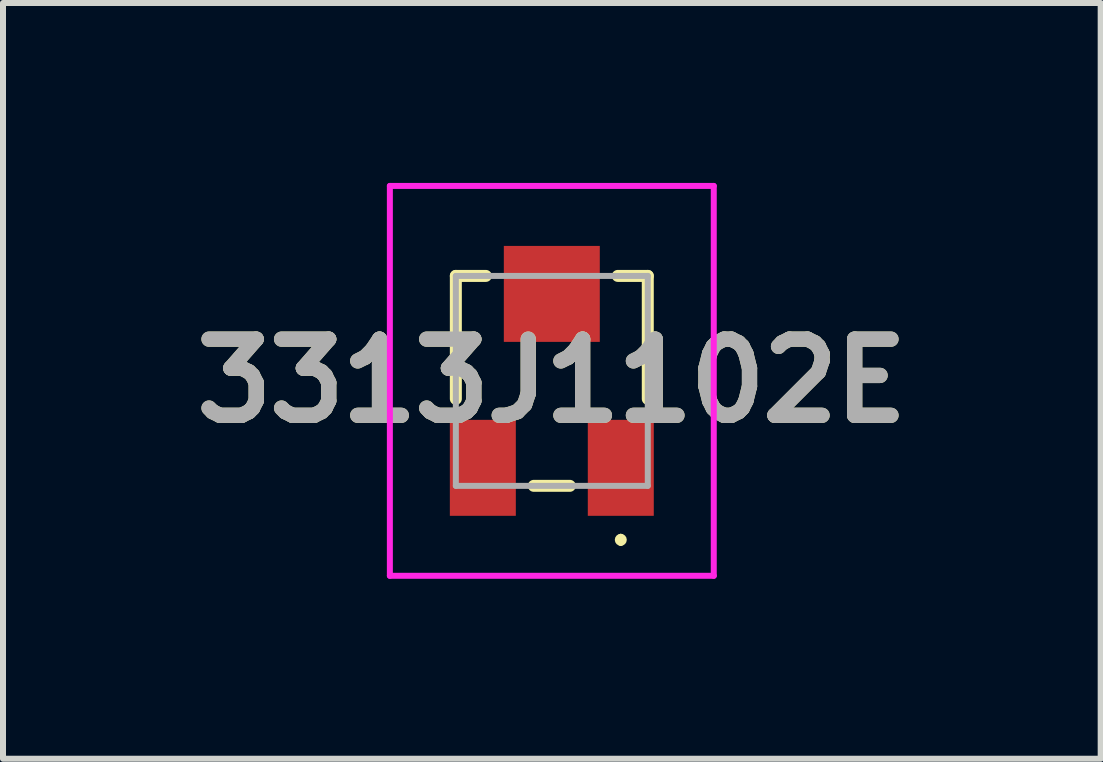
<source format=kicad_pcb>
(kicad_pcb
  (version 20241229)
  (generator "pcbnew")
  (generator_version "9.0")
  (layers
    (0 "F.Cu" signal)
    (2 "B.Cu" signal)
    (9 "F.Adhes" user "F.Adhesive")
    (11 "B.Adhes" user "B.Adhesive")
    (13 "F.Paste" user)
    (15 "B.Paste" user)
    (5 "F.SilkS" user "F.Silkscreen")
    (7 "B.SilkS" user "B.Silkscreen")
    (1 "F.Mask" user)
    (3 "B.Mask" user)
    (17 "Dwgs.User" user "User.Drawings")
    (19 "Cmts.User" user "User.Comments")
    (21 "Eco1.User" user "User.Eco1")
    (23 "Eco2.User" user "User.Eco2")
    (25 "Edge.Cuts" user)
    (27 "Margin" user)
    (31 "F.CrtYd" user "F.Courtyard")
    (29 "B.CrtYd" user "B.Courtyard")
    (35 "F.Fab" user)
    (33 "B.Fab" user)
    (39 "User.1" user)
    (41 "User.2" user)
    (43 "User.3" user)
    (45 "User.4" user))
  (footprint "3313J1102E"
    (layer "F.Cu")
    (at 6.15 3.3)
    (property "Reference" "3313J1102E" (at 0 0 0) (layer "F.SilkS") (effects (font (size 1.27 1.27) (thickness 0.254))))
    (attr smd)
    (fp_line (start -1.6 -1.75) (end -1.6 0.3) (stroke (width 0.2) (type solid)) (layer "F.SilkS"))
    (fp_line (start -1.1 -1.75) (end -1.6 -1.75) (stroke (width 0.2) (type solid)) (layer "F.SilkS"))
    (fp_line (start -0.3 1.75) (end 0.3 1.75) (stroke (width 0.2) (type solid)) (layer "F.SilkS"))
    (fp_line (start 1.1 -1.75) (end 1.6 -1.75) (stroke (width 0.2) (type solid)) (layer "F.SilkS"))
    (fp_line (start 1.15 2.6) (end 1.15 2.6) (stroke (width 0.1) (type solid)) (layer "F.SilkS"))
    (fp_line (start 1.15 2.7) (end 1.15 2.7) (stroke (width 0.1) (type solid)) (layer "F.SilkS"))
    (fp_line (start 1.6 -1.75) (end 1.6 0.3) (stroke (width 0.2) (type solid)) (layer "F.SilkS"))
    (fp_arc (start 1.15 2.6) (mid 1.2 2.65) (end 1.15 2.7) (stroke (width 0.1) (type solid)) (layer "F.SilkS"))
    (fp_arc (start 1.15 2.7) (mid 1.1 2.65) (end 1.15 2.6) (stroke (width 0.1) (type solid)) (layer "F.SilkS"))
    (fp_line (start -2.7 -3.25) (end 2.7 -3.25) (stroke (width 0.1) (type solid)) (layer "F.CrtYd"))
    (fp_line (start -2.7 3.25) (end -2.7 -3.25) (stroke (width 0.1) (type solid)) (layer "F.CrtYd"))
    (fp_line (start 2.7 -3.25) (end 2.7 3.25) (stroke (width 0.1) (type solid)) (layer "F.CrtYd"))
    (fp_line (start 2.7 3.25) (end -2.7 3.25) (stroke (width 0.1) (type solid)) (layer "F.CrtYd"))
    (fp_line (start -1.6 -1.75) (end 1.6 -1.75) (stroke (width 0.1) (type solid)) (layer "F.Fab"))
    (fp_line (start -1.6 1.75) (end -1.6 -1.75) (stroke (width 0.1) (type solid)) (layer "F.Fab"))
    (fp_line (start 1.6 -1.75) (end 1.6 1.75) (stroke (width 0.1) (type solid)) (layer "F.Fab"))
    (fp_line (start 1.6 1.75) (end -1.6 1.75) (stroke (width 0.1) (type solid)) (layer "F.Fab"))
    (fp_text user "${REFERENCE}" (at 0 0 0) (layer "F.Fab") (effects (font (size 1.27 1.27) (thickness 0.254))))
    (pad "1" smd rect (at 1.15 1.45) (size 1.1 1.6) (layers "F.Cu" "F.Mask" "F.Paste"))
    (pad "2" smd rect (at 0 -1.45) (size 1.6 1.6) (layers "F.Cu" "F.Mask" "F.Paste"))
    (pad "3" smd rect (at -1.15 1.45) (size 1.1 1.6) (layers "F.Cu" "F.Mask" "F.Paste")))
  (gr_rect
    (start -3 -3)
    (end 15.301 9.6)
    (stroke (width 0.1) (type default))
    (fill no)
    (layer "Edge.Cuts")))
</source>
